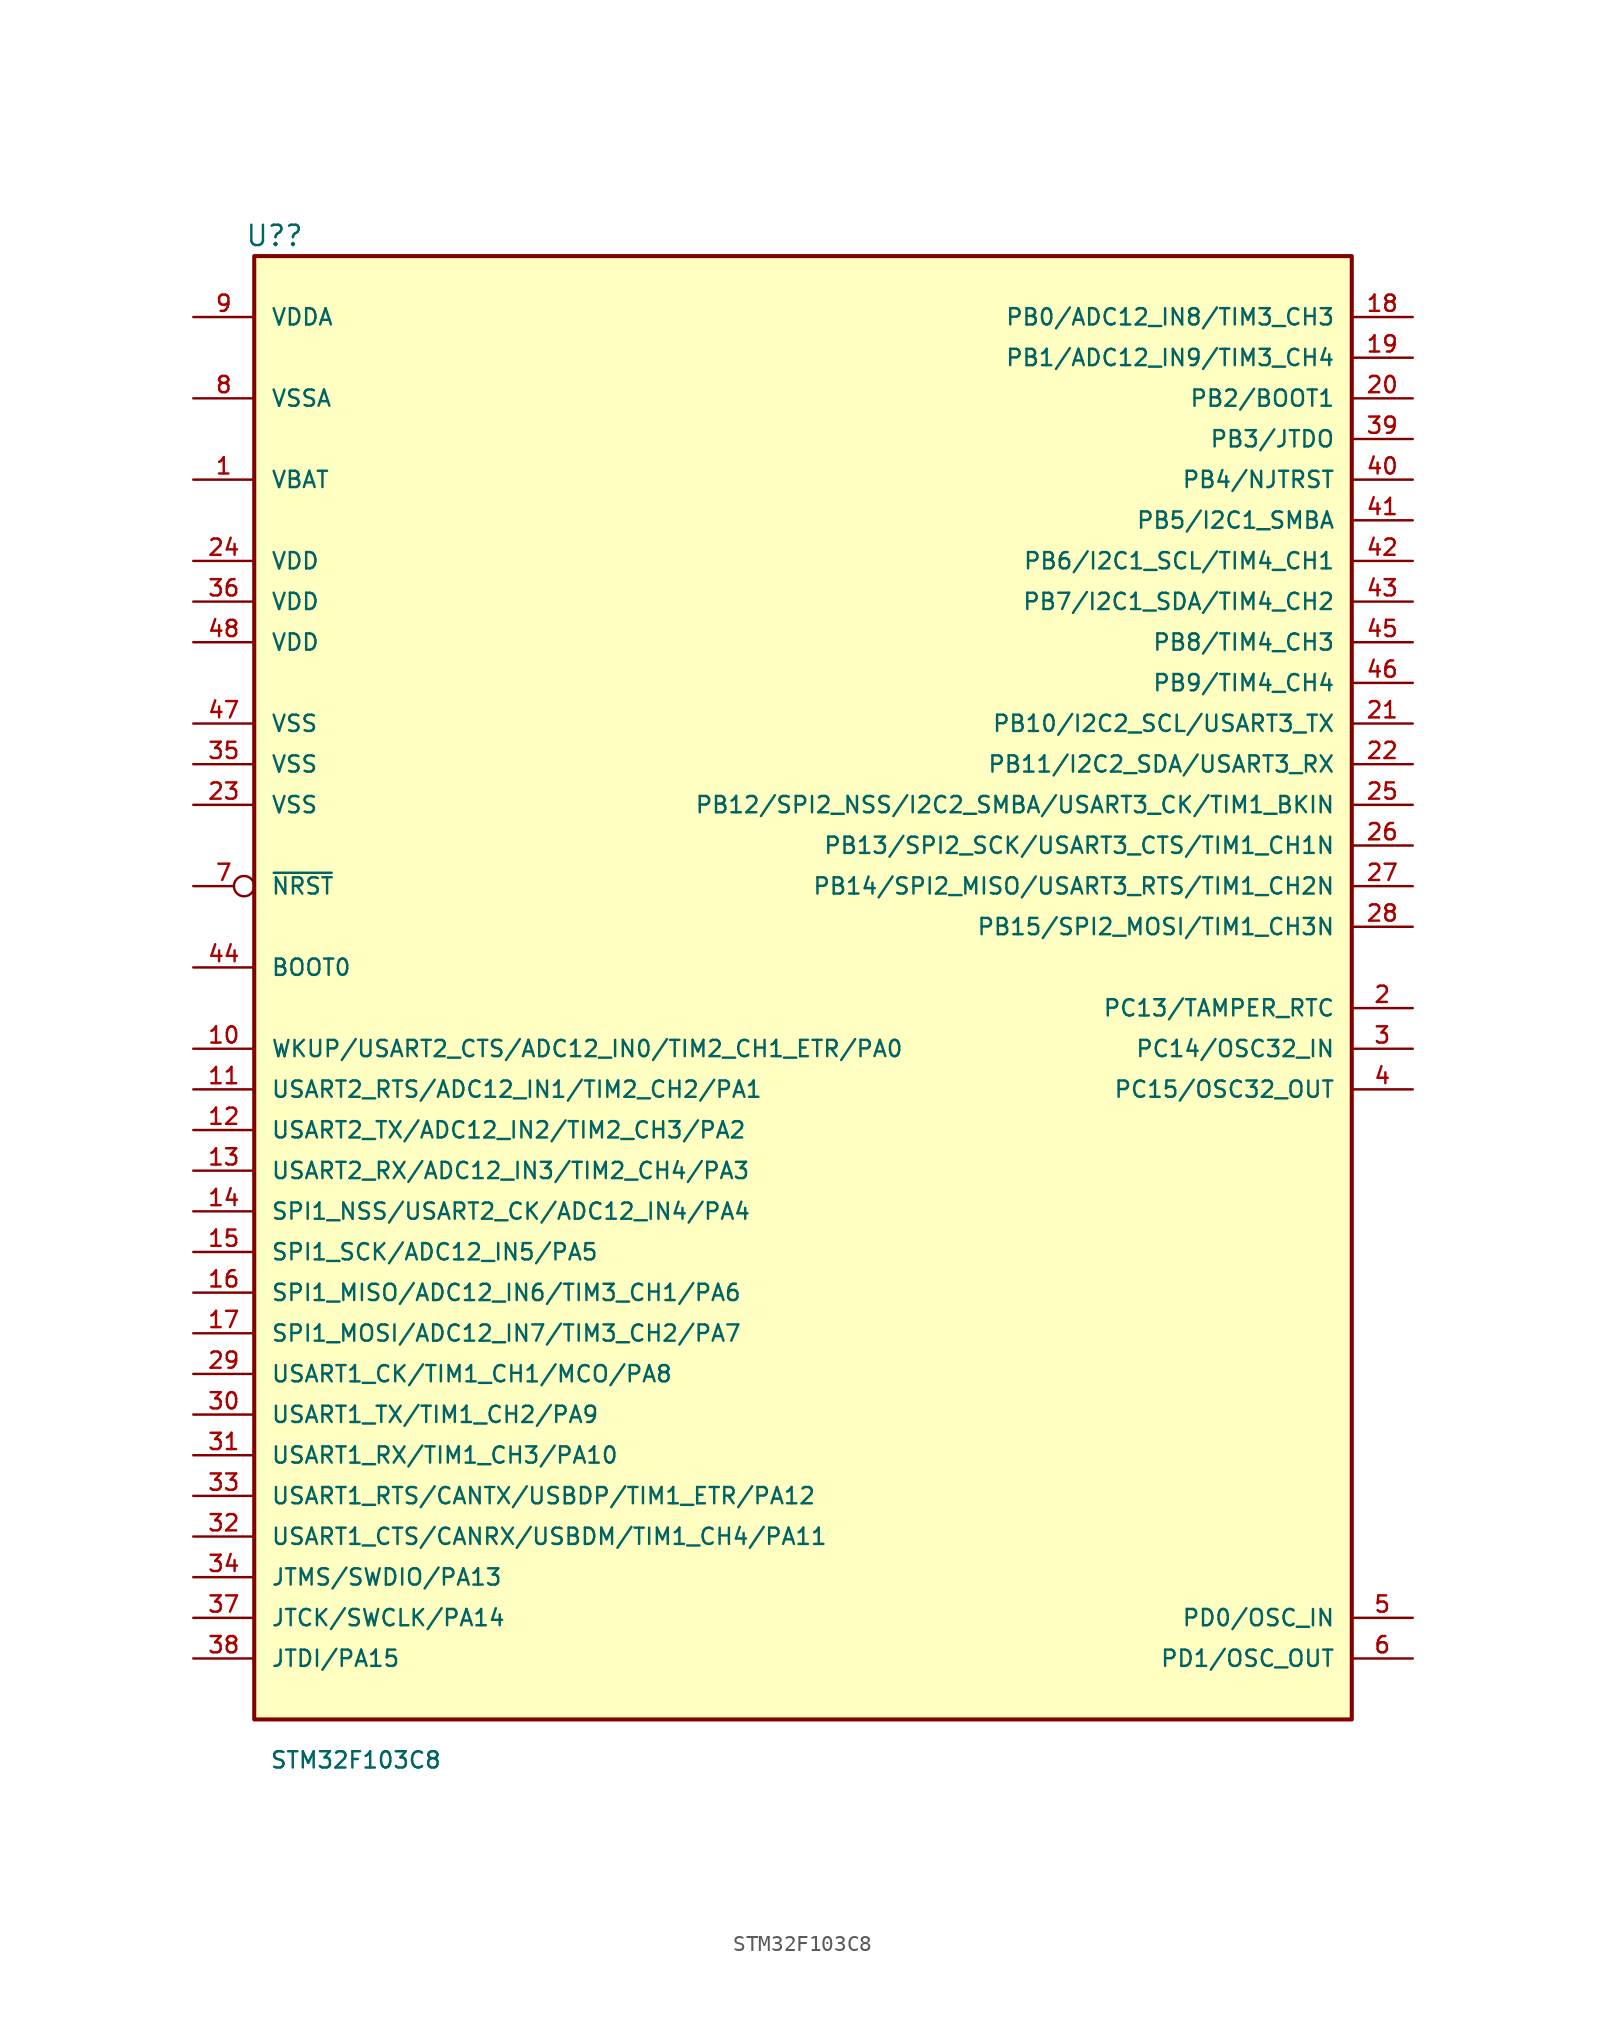
<source format=kicad_sym>
(kicad_symbol_lib
  (version 20211014)
  (generator kicad_symbol_editor)
  (symbol "STM32F103C8"
    (pin_names
      (offset 1.016))
    (property "Reference" "U?"
      (at -33.02 46.99 0)
      (effects (font (size 1.27 1.27))))
    (property "Value" "STM32F103C8"
      (at -27.94 -48.26 0)
      (effects (font (size 1.016 1.016))))
    (property "Datasheet" ""
      (at 0 -11.43 0)
      (effects (font (size 1.524 1.524))))
    (symbol "STM32F103C8_0_1"
      (rectangle (start -34.29 45.72) (end 34.29 -45.72) (stroke (width 0.254) (type default) (color 0 0 0 0)) (fill (type background))))
    (symbol "STM32F103C8_1_1"
      (pin power_in line (at -38.1 31.75 0) (length 3.81) (name "VBAT" (effects (font (size 1.016 1.016)))) (number "1" (effects (font (size 1.016 1.016)))))
      (pin bidirectional line (at -38.1 -3.81 0) (length 3.81) (name "WKUP/USART2_CTS/ADC12_IN0/TIM2_CH1_ETR/PA0" (effects (font (size 1.016 1.016)))) (number "10" (effects (font (size 1.016 1.016)))))
      (pin bidirectional line (at -38.1 -6.35 0) (length 3.81) (name "USART2_RTS/ADC12_IN1/TIM2_CH2/PA1" (effects (font (size 1.016 1.016)))) (number "11" (effects (font (size 1.016 1.016)))))
      (pin bidirectional line (at -38.1 -8.89 0) (length 3.81) (name "USART2_TX/ADC12_IN2/TIM2_CH3/PA2" (effects (font (size 1.016 1.016)))) (number "12" (effects (font (size 1.016 1.016)))))
      (pin bidirectional line (at -38.1 -11.43 0) (length 3.81) (name "USART2_RX/ADC12_IN3/TIM2_CH4/PA3" (effects (font (size 1.016 1.016)))) (number "13" (effects (font (size 1.016 1.016)))))
      (pin bidirectional line (at -38.1 -13.97 0) (length 3.81) (name "SPI1_NSS/USART2_CK/ADC12_IN4/PA4" (effects (font (size 1.016 1.016)))) (number "14" (effects (font (size 1.016 1.016)))))
      (pin bidirectional line (at -38.1 -16.51 0) (length 3.81) (name "SPI1_SCK/ADC12_IN5/PA5" (effects (font (size 1.016 1.016)))) (number "15" (effects (font (size 1.016 1.016)))))
      (pin bidirectional line (at -38.1 -19.05 0) (length 3.81) (name "SPI1_MISO/ADC12_IN6/TIM3_CH1/PA6" (effects (font (size 1.016 1.016)))) (number "16" (effects (font (size 1.016 1.016)))))
      (pin bidirectional line (at -38.1 -21.59 0) (length 3.81) (name "SPI1_MOSI/ADC12_IN7/TIM3_CH2/PA7" (effects (font (size 1.016 1.016)))) (number "17" (effects (font (size 1.016 1.016)))))
      (pin bidirectional line (at 38.1 41.91 180) (length 3.81) (name "PB0/ADC12_IN8/TIM3_CH3" (effects (font (size 1.016 1.016)))) (number "18" (effects (font (size 1.016 1.016)))))
      (pin bidirectional line (at 38.1 39.37 180) (length 3.81) (name "PB1/ADC12_IN9/TIM3_CH4" (effects (font (size 1.016 1.016)))) (number "19" (effects (font (size 1.016 1.016)))))
      (pin bidirectional line (at 38.1 -1.27 180) (length 3.81) (name "PC13/TAMPER_RTC" (effects (font (size 1.016 1.016)))) (number "2" (effects (font (size 1.016 1.016)))))
      (pin bidirectional line (at 38.1 36.83 180) (length 3.81) (name "PB2/BOOT1" (effects (font (size 1.016 1.016)))) (number "20" (effects (font (size 1.016 1.016)))))
      (pin bidirectional line (at 38.1 16.51 180) (length 3.81) (name "PB10/I2C2_SCL/USART3_TX" (effects (font (size 1.016 1.016)))) (number "21" (effects (font (size 1.016 1.016)))))
      (pin bidirectional line (at 38.1 13.97 180) (length 3.81) (name "PB11/I2C2_SDA/USART3_RX" (effects (font (size 1.016 1.016)))) (number "22" (effects (font (size 1.016 1.016)))))
      (pin power_in line (at -38.1 11.43 0) (length 3.81) (name "VSS" (effects (font (size 1.016 1.016)))) (number "23" (effects (font (size 1.016 1.016)))))
      (pin power_in line (at -38.1 26.67 0) (length 3.81) (name "VDD" (effects (font (size 1.016 1.016)))) (number "24" (effects (font (size 1.016 1.016)))))
      (pin bidirectional line (at 38.1 11.43 180) (length 3.81) (name "PB12/SPI2_NSS/I2C2_SMBA/USART3_CK/TIM1_BKIN" (effects (font (size 1.016 1.016)))) (number "25" (effects (font (size 1.016 1.016)))))
      (pin bidirectional line (at 38.1 8.89 180) (length 3.81) (name "PB13/SPI2_SCK/USART3_CTS/TIM1_CH1N" (effects (font (size 1.016 1.016)))) (number "26" (effects (font (size 1.016 1.016)))))
      (pin bidirectional line (at 38.1 6.35 180) (length 3.81) (name "PB14/SPI2_MISO/USART3_RTS/TIM1_CH2N" (effects (font (size 1.016 1.016)))) (number "27" (effects (font (size 1.016 1.016)))))
      (pin bidirectional line (at 38.1 3.81 180) (length 3.81) (name "PB15/SPI2_MOSI/TIM1_CH3N" (effects (font (size 1.016 1.016)))) (number "28" (effects (font (size 1.016 1.016)))))
      (pin bidirectional line (at -38.1 -24.13 0) (length 3.81) (name "USART1_CK/TIM1_CH1/MCO/PA8" (effects (font (size 1.016 1.016)))) (number "29" (effects (font (size 1.016 1.016)))))
      (pin bidirectional line (at 38.1 -3.81 180) (length 3.81) (name "PC14/OSC32_IN" (effects (font (size 1.016 1.016)))) (number "3" (effects (font (size 1.016 1.016)))))
      (pin bidirectional line (at -38.1 -26.67 0) (length 3.81) (name "USART1_TX/TIM1_CH2/PA9" (effects (font (size 1.016 1.016)))) (number "30" (effects (font (size 1.016 1.016)))))
      (pin bidirectional line (at -38.1 -29.21 0) (length 3.81) (name "USART1_RX/TIM1_CH3/PA10" (effects (font (size 1.016 1.016)))) (number "31" (effects (font (size 1.016 1.016)))))
      (pin bidirectional line (at -38.1 -34.29 0) (length 3.81) (name "USART1_CTS/CANRX/USBDM/TIM1_CH4/PA11" (effects (font (size 1.016 1.016)))) (number "32" (effects (font (size 1.016 1.016)))))
      (pin bidirectional line (at -38.1 -31.75 0) (length 3.81) (name "USART1_RTS/CANTX/USBDP/TIM1_ETR/PA12" (effects (font (size 1.016 1.016)))) (number "33" (effects (font (size 1.016 1.016)))))
      (pin bidirectional line (at -38.1 -36.83 0) (length 3.81) (name "JTMS/SWDIO/PA13" (effects (font (size 1.016 1.016)))) (number "34" (effects (font (size 1.016 1.016)))))
      (pin power_in line (at -38.1 13.97 0) (length 3.81) (name "VSS" (effects (font (size 1.016 1.016)))) (number "35" (effects (font (size 1.016 1.016)))))
      (pin power_in line (at -38.1 24.13 0) (length 3.81) (name "VDD" (effects (font (size 1.016 1.016)))) (number "36" (effects (font (size 1.016 1.016)))))
      (pin bidirectional line (at -38.1 -39.37 0) (length 3.81) (name "JTCK/SWCLK/PA14" (effects (font (size 1.016 1.016)))) (number "37" (effects (font (size 1.016 1.016)))))
      (pin bidirectional line (at -38.1 -41.91 0) (length 3.81) (name "JTDI/PA15" (effects (font (size 1.016 1.016)))) (number "38" (effects (font (size 1.016 1.016)))))
      (pin bidirectional line (at 38.1 34.29 180) (length 3.81) (name "PB3/JTDO" (effects (font (size 1.016 1.016)))) (number "39" (effects (font (size 1.016 1.016)))))
      (pin bidirectional line (at 38.1 -6.35 180) (length 3.81) (name "PC15/OSC32_OUT" (effects (font (size 1.016 1.016)))) (number "4" (effects (font (size 1.016 1.016)))))
      (pin bidirectional line (at 38.1 31.75 180) (length 3.81) (name "PB4/NJTRST" (effects (font (size 1.016 1.016)))) (number "40" (effects (font (size 1.016 1.016)))))
      (pin bidirectional line (at 38.1 29.21 180) (length 3.81) (name "PB5/I2C1_SMBA" (effects (font (size 1.016 1.016)))) (number "41" (effects (font (size 1.016 1.016)))))
      (pin bidirectional line (at 38.1 26.67 180) (length 3.81) (name "PB6/I2C1_SCL/TIM4_CH1" (effects (font (size 1.016 1.016)))) (number "42" (effects (font (size 1.016 1.016)))))
      (pin bidirectional line (at 38.1 24.13 180) (length 3.81) (name "PB7/I2C1_SDA/TIM4_CH2" (effects (font (size 1.016 1.016)))) (number "43" (effects (font (size 1.016 1.016)))))
      (pin input line (at -38.1 1.27 0) (length 3.81) (name "BOOT0" (effects (font (size 1.016 1.016)))) (number "44" (effects (font (size 1.016 1.016)))))
      (pin bidirectional line (at 38.1 21.59 180) (length 3.81) (name "PB8/TIM4_CH3" (effects (font (size 1.016 1.016)))) (number "45" (effects (font (size 1.016 1.016)))))
      (pin bidirectional line (at 38.1 19.05 180) (length 3.81) (name "PB9/TIM4_CH4" (effects (font (size 1.016 1.016)))) (number "46" (effects (font (size 1.016 1.016)))))
      (pin power_in line (at -38.1 16.51 0) (length 3.81) (name "VSS" (effects (font (size 1.016 1.016)))) (number "47" (effects (font (size 1.016 1.016)))))
      (pin power_in line (at -38.1 21.59 0) (length 3.81) (name "VDD" (effects (font (size 1.016 1.016)))) (number "48" (effects (font (size 1.016 1.016)))))
      (pin bidirectional line (at 38.1 -39.37 180) (length 3.81) (name "PD0/OSC_IN" (effects (font (size 1.016 1.016)))) (number "5" (effects (font (size 1.016 1.016)))))
      (pin bidirectional line (at 38.1 -41.91 180) (length 3.81) (name "PD1/OSC_OUT" (effects (font (size 1.016 1.016)))) (number "6" (effects (font (size 1.016 1.016)))))
      (pin input inverted (at -38.1 6.35 0) (length 3.81) (name "~{NRST}" (effects (font (size 1.016 1.016)))) (number "7" (effects (font (size 1.016 1.016)))))
      (pin power_in line (at -38.1 36.83 0) (length 3.81) (name "VSSA" (effects (font (size 1.016 1.016)))) (number "8" (effects (font (size 1.016 1.016)))))
      (pin power_in line (at -38.1 41.91 0) (length 3.81) (name "VDDA" (effects (font (size 1.016 1.016)))) (number "9" (effects (font (size 1.016 1.016))))))))
</source>
